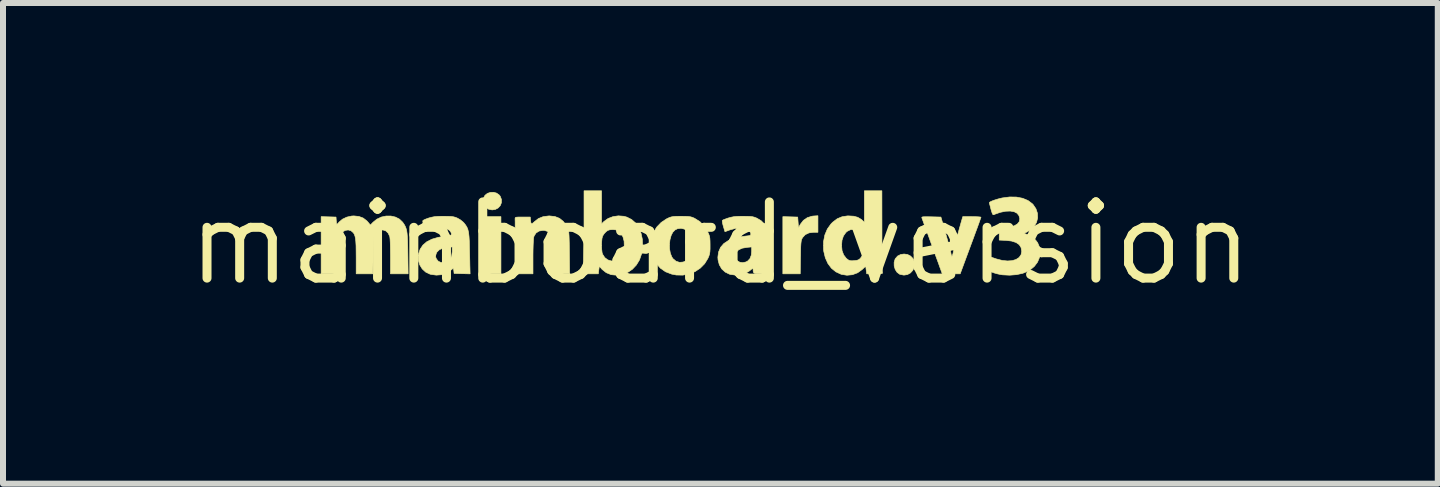
<source format=kicad_pcb>
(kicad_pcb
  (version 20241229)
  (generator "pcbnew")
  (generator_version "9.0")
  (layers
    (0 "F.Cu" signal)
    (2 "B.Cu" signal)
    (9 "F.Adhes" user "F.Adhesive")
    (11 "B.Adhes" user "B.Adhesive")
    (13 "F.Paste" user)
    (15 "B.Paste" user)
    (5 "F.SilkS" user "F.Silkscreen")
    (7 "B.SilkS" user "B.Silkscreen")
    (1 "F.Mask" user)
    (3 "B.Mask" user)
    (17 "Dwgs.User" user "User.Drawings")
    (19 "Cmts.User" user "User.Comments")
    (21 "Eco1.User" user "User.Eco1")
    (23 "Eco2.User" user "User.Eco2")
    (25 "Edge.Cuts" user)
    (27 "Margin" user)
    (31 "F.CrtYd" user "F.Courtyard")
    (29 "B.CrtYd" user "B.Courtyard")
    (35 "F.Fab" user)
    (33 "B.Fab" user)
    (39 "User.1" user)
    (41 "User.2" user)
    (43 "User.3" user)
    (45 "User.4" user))
  (footprint "mainboard_version"
    (layer "F.Cu")
    (at 8.958 1.006)
    (property "Reference" "mainboard_version" (at 0 0 0) (layer "F.SilkS") (effects (font (size 1.27 1.27) (thickness 0.15))))
    (attr through_hole)
    (fp_poly (pts (xy -3.658 0.508) (xy -3.95 0.508) (xy -3.95 -0.445) (xy -3.658 -0.445) (xy -3.658 0.508)) (stroke (width 0.01) (type solid)) (fill yes) (layer "F.SilkS"))
    (fp_poly (pts (xy -3.73 -0.837) (xy -3.687 -0.806) (xy -3.67 -0.785) (xy -3.649 -0.73) (xy -3.65 -0.677) (xy -3.669 -0.629) (xy -3.703 -0.591) (xy -3.749 -0.566) (xy -3.804 -0.557) (xy -3.863 -0.569) (xy -3.867 -0.571) (xy -3.905 -0.597) (xy -3.937 -0.636) (xy -3.954 -0.674) (xy -3.956 -0.708) (xy -3.95 -0.749) (xy -3.949 -0.754) (xy -3.924 -0.8) (xy -3.884 -0.832) (xy -3.834 -0.849) (xy -3.781 -0.851) (xy -3.73 -0.837)) (stroke (width 0.01) (type solid)) (fill yes) (layer "F.SilkS"))
    (fp_poly (pts (xy 3.119 0.186) (xy 3.17 0.212) (xy 3.21 0.253) (xy 3.222 0.276) (xy 3.237 0.34) (xy 3.23 0.4) (xy 3.206 0.452) (xy 3.167 0.494) (xy 3.117 0.521) (xy 3.059 0.53) (xy 2.997 0.518) (xy 2.988 0.515) (xy 2.945 0.483) (xy 2.914 0.435) (xy 2.897 0.378) (xy 2.896 0.318) (xy 2.912 0.263) (xy 2.916 0.255) (xy 2.955 0.211) (xy 3.006 0.186) (xy 3.062 0.178) (xy 3.119 0.186)) (stroke (width 0.01) (type solid)) (fill yes) (layer "F.SilkS"))
    (fp_poly (pts (xy 1.626 -0.322) (xy 1.626 -0.184) (xy 1.552 -0.184) (xy 1.476 -0.174) (xy 1.415 -0.145) (xy 1.37 -0.096) (xy 1.366 -0.088) (xy 1.357 -0.072) (xy 1.35 -0.053) (xy 1.346 -0.027) (xy 1.342 0.008) (xy 1.339 0.057) (xy 1.337 0.123) (xy 1.336 0.21) (xy 1.335 0.232) (xy 1.331 0.508) (xy 1.041 0.508) (xy 1.041 -0.445) (xy 1.289 -0.438) (xy 1.302 -0.26) (xy 1.333 -0.317) (xy 1.384 -0.383) (xy 1.449 -0.428) (xy 1.526 -0.452) (xy 1.549 -0.455) (xy 1.626 -0.46) (xy 1.626 -0.322)) (stroke (width 0.01) (type solid)) (fill yes) (layer "F.SilkS"))
    (fp_poly (pts (xy 4.251 -0.444) (xy 4.299 -0.442) (xy 4.331 -0.439) (xy 4.344 -0.435) (xy 4.344 -0.435) (xy 4.339 -0.421) (xy 4.327 -0.387) (xy 4.308 -0.333) (xy 4.283 -0.264) (xy 4.252 -0.181) (xy 4.218 -0.088) (xy 4.18 0.014) (xy 4.17 0.041) (xy 3.997 0.508) (xy 3.698 0.508) (xy 3.686 0.473) (xy 3.674 0.441) (xy 3.656 0.392) (xy 3.633 0.327) (xy 3.605 0.251) (xy 3.574 0.167) (xy 3.542 0.077) (xy 3.508 -0.014) (xy 3.476 -0.103) (xy 3.445 -0.188) (xy 3.417 -0.264) (xy 3.393 -0.329) (xy 3.375 -0.379) (xy 3.363 -0.412) (xy 3.359 -0.423) (xy 3.357 -0.432) (xy 3.362 -0.438) (xy 3.378 -0.442) (xy 3.409 -0.443) (xy 3.459 -0.443) (xy 3.513 -0.442) (xy 3.676 -0.438) (xy 3.755 -0.165) (xy 3.778 -0.082) (xy 3.8 -0.005) (xy 3.818 0.063) (xy 3.833 0.118) (xy 3.841 0.154) (xy 3.842 0.162) (xy 3.849 0.195) (xy 3.857 0.214) (xy 3.86 0.216) (xy 3.866 0.205) (xy 3.876 0.175) (xy 3.884 0.137) (xy 3.894 0.092) (xy 3.91 0.028) (xy 3.931 -0.053) (xy 3.956 -0.145) (xy 3.983 -0.244) (xy 4.012 -0.347) (xy 4.021 -0.378) (xy 4.04 -0.445) (xy 4.192 -0.445) (xy 4.251 -0.444)) (stroke (width 0.01) (type solid)) (fill yes) (layer "F.SilkS"))
    (fp_poly (pts (xy -2.759 -0.447) (xy -2.682 -0.417) (xy -2.618 -0.365) (xy -2.566 -0.292) (xy -2.55 -0.26) (xy -2.542 -0.24) (xy -2.535 -0.221) (xy -2.529 -0.197) (xy -2.526 -0.168) (xy -2.523 -0.128) (xy -2.521 -0.075) (xy -2.519 -0.005) (xy -2.518 0.084) (xy -2.517 0.156) (xy -2.513 0.508) (xy -2.807 0.508) (xy -2.807 0.225) (xy -2.807 0.134) (xy -2.809 0.051) (xy -2.812 -0.018) (xy -2.816 -0.071) (xy -2.82 -0.104) (xy -2.821 -0.106) (xy -2.845 -0.163) (xy -2.882 -0.199) (xy -2.933 -0.215) (xy -2.958 -0.216) (xy -3.021 -0.205) (xy -3.071 -0.174) (xy -3.104 -0.125) (xy -3.111 -0.104) (xy -3.115 -0.078) (xy -3.118 -0.03) (xy -3.121 0.033) (xy -3.123 0.109) (xy -3.124 0.193) (xy -3.124 0.225) (xy -3.124 0.508) (xy -3.416 0.508) (xy -3.419 0.064) (xy -3.419 -0.041) (xy -3.42 -0.139) (xy -3.42 -0.227) (xy -3.421 -0.3) (xy -3.421 -0.358) (xy -3.422 -0.396) (xy -3.422 -0.41) (xy -3.421 -0.423) (xy -3.415 -0.431) (xy -3.398 -0.436) (xy -3.367 -0.438) (xy -3.317 -0.438) (xy -3.296 -0.438) (xy -3.169 -0.438) (xy -3.165 -0.394) (xy -3.16 -0.349) (xy -3.152 -0.329) (xy -3.137 -0.329) (xy -3.111 -0.35) (xy -3.102 -0.359) (xy -3.033 -0.413) (xy -2.956 -0.444) (xy -2.867 -0.456) (xy -2.851 -0.457) (xy -2.759 -0.447)) (stroke (width 0.01) (type solid)) (fill yes) (layer "F.SilkS"))
    (fp_poly (pts (xy -1.981 -0.325) (xy -1.94 -0.365) (xy -1.872 -0.414) (xy -1.79 -0.445) (xy -1.701 -0.458) (xy -1.61 -0.451) (xy -1.559 -0.437) (xy -1.48 -0.397) (xy -1.413 -0.338) (xy -1.36 -0.261) (xy -1.323 -0.17) (xy -1.301 -0.068) (xy -1.297 0.042) (xy -1.311 0.159) (xy -1.315 0.179) (xy -1.349 0.277) (xy -1.401 0.362) (xy -1.467 0.432) (xy -1.545 0.485) (xy -1.632 0.52) (xy -1.725 0.532) (xy -1.82 0.522) (xy -1.822 0.522) (xy -1.903 0.489) (xy -1.971 0.435) (xy -1.979 0.426) (xy -2.018 0.381) (xy -2.027 0.445) (xy -2.035 0.508) (xy -2.29 0.508) (xy -2.281 0.43) (xy -2.28 0.402) (xy -2.278 0.351) (xy -2.277 0.28) (xy -2.276 0.193) (xy -2.275 0.092) (xy -2.274 0.04) (xy -1.981 0.04) (xy -1.978 0.102) (xy -1.972 0.154) (xy -1.964 0.181) (xy -1.927 0.238) (xy -1.877 0.276) (xy -1.818 0.294) (xy -1.754 0.291) (xy -1.691 0.264) (xy -1.686 0.261) (xy -1.646 0.22) (xy -1.619 0.157) (xy -1.604 0.074) (xy -1.602 0.053) (xy -1.605 -0.036) (xy -1.624 -0.108) (xy -1.661 -0.167) (xy -1.684 -0.19) (xy -1.716 -0.214) (xy -1.747 -0.225) (xy -1.789 -0.229) (xy -1.797 -0.229) (xy -1.843 -0.226) (xy -1.877 -0.215) (xy -1.906 -0.194) (xy -1.937 -0.161) (xy -1.961 -0.124) (xy -1.964 -0.118) (xy -1.974 -0.079) (xy -1.979 -0.023) (xy -1.981 0.04) (xy -2.274 0.04) (xy -2.274 -0.021) (xy -2.273 -0.141) (xy -2.273 -0.262) (xy -2.273 -0.876) (xy -1.981 -0.876) (xy -1.981 -0.325)) (stroke (width 0.01) (type solid)) (fill yes) (layer "F.SilkS"))
    (fp_poly (pts (xy 2.693 -0.213) (xy 2.693 -0.084) (xy 2.693 0.037) (xy 2.694 0.148) (xy 2.695 0.248) (xy 2.696 0.333) (xy 2.697 0.401) (xy 2.698 0.449) (xy 2.7 0.476) (xy 2.7 0.479) (xy 2.703 0.492) (xy 2.7 0.5) (xy 2.686 0.505) (xy 2.658 0.507) (xy 2.611 0.508) (xy 2.574 0.508) (xy 2.439 0.508) (xy 2.422 0.381) (xy 2.362 0.437) (xy 2.287 0.491) (xy 2.201 0.523) (xy 2.11 0.532) (xy 2.017 0.517) (xy 2.011 0.515) (xy 1.925 0.475) (xy 1.851 0.415) (xy 1.792 0.336) (xy 1.749 0.241) (xy 1.723 0.133) (xy 1.719 0.093) (xy 1.719 0.035) (xy 2.02 0.035) (xy 2.028 0.122) (xy 2.055 0.194) (xy 2.099 0.251) (xy 2.109 0.259) (xy 2.136 0.279) (xy 2.161 0.289) (xy 2.194 0.291) (xy 2.227 0.289) (xy 2.273 0.284) (xy 2.303 0.274) (xy 2.327 0.256) (xy 2.338 0.244) (xy 2.371 0.195) (xy 2.391 0.133) (xy 2.4 0.055) (xy 2.4 0.025) (xy 2.396 -0.053) (xy 2.383 -0.113) (xy 2.358 -0.16) (xy 2.341 -0.18) (xy 2.289 -0.217) (xy 2.23 -0.233) (xy 2.17 -0.228) (xy 2.115 -0.201) (xy 2.092 -0.181) (xy 2.051 -0.123) (xy 2.027 -0.052) (xy 2.02 0.035) (xy 1.719 0.035) (xy 1.719 -0.027) (xy 1.741 -0.139) (xy 1.783 -0.239) (xy 1.845 -0.325) (xy 1.873 -0.353) (xy 1.948 -0.41) (xy 2.028 -0.443) (xy 2.117 -0.457) (xy 2.139 -0.457) (xy 2.223 -0.452) (xy 2.289 -0.434) (xy 2.343 -0.402) (xy 2.356 -0.392) (xy 2.4 -0.353) (xy 2.4 -0.876) (xy 2.692 -0.876) (xy 2.693 -0.213)) (stroke (width 0.01) (type solid)) (fill yes) (layer "F.SilkS"))
    (fp_poly (pts (xy -0.587 -0.45) (xy -0.539 -0.448) (xy -0.502 -0.443) (xy -0.472 -0.435) (xy -0.44 -0.422) (xy -0.43 -0.417) (xy -0.342 -0.362) (xy -0.269 -0.287) (xy -0.212 -0.193) (xy -0.212 -0.192) (xy -0.194 -0.153) (xy -0.182 -0.12) (xy -0.176 -0.085) (xy -0.173 -0.042) (xy -0.172 0.017) (xy -0.172 0.032) (xy -0.172 0.096) (xy -0.175 0.142) (xy -0.181 0.178) (xy -0.191 0.211) (xy -0.207 0.248) (xy -0.207 0.249) (xy -0.262 0.339) (xy -0.335 0.413) (xy -0.422 0.471) (xy -0.52 0.51) (xy -0.626 0.53) (xy -0.735 0.528) (xy -0.812 0.513) (xy -0.914 0.474) (xy -1 0.414) (xy -1.071 0.334) (xy -1.116 0.256) (xy -1.131 0.221) (xy -1.14 0.19) (xy -1.146 0.155) (xy -1.149 0.109) (xy -1.149 0.044) (xy -1.149 0.038) (xy -1.149 0.017) (xy -0.849 0.017) (xy -0.847 0.094) (xy -0.834 0.166) (xy -0.809 0.228) (xy -0.79 0.256) (xy -0.74 0.298) (xy -0.682 0.317) (xy -0.621 0.312) (xy -0.574 0.292) (xy -0.529 0.252) (xy -0.499 0.194) (xy -0.481 0.118) (xy -0.476 0.031) (xy -0.477 -0.029) (xy -0.482 -0.072) (xy -0.491 -0.107) (xy -0.506 -0.141) (xy -0.508 -0.145) (xy -0.548 -0.201) (xy -0.599 -0.237) (xy -0.656 -0.251) (xy -0.716 -0.243) (xy -0.756 -0.223) (xy -0.794 -0.184) (xy -0.822 -0.128) (xy -0.841 -0.058) (xy -0.849 0.017) (xy -1.149 0.017) (xy -1.149 -0.027) (xy -1.146 -0.075) (xy -1.141 -0.111) (xy -1.132 -0.143) (xy -1.117 -0.178) (xy -1.113 -0.187) (xy -1.06 -0.272) (xy -0.988 -0.347) (xy -0.902 -0.405) (xy -0.879 -0.417) (xy -0.845 -0.432) (xy -0.815 -0.441) (xy -0.781 -0.447) (xy -0.737 -0.45) (xy -0.676 -0.451) (xy -0.654 -0.451) (xy -0.587 -0.45)) (stroke (width 0.01) (type solid)) (fill yes) (layer "F.SilkS"))
    (fp_poly (pts (xy -6.025 -0.448) (xy -5.955 -0.422) (xy -5.895 -0.376) (xy -5.878 -0.358) (xy -5.834 -0.305) (xy -5.79 -0.351) (xy -5.726 -0.403) (xy -5.652 -0.438) (xy -5.572 -0.455) (xy -5.492 -0.455) (xy -5.417 -0.438) (xy -5.35 -0.404) (xy -5.297 -0.353) (xy -5.292 -0.346) (xy -5.27 -0.314) (xy -5.253 -0.283) (xy -5.24 -0.251) (xy -5.23 -0.215) (xy -5.223 -0.169) (xy -5.218 -0.112) (xy -5.214 -0.04) (xy -5.212 0.051) (xy -5.21 0.162) (xy -5.205 0.508) (xy -5.499 0.508) (xy -5.499 0.219) (xy -5.5 0.133) (xy -5.501 0.054) (xy -5.503 -0.016) (xy -5.506 -0.07) (xy -5.51 -0.105) (xy -5.511 -0.113) (xy -5.538 -0.17) (xy -5.577 -0.207) (xy -5.625 -0.223) (xy -5.679 -0.216) (xy -5.696 -0.209) (xy -5.722 -0.195) (xy -5.742 -0.18) (xy -5.757 -0.16) (xy -5.769 -0.132) (xy -5.777 -0.093) (xy -5.782 -0.04) (xy -5.786 0.03) (xy -5.788 0.12) (xy -5.789 0.2) (xy -5.793 0.508) (xy -6.071 0.508) (xy -6.071 0.232) (xy -6.072 0.125) (xy -6.073 0.04) (xy -6.077 -0.027) (xy -6.082 -0.078) (xy -6.09 -0.116) (xy -6.1 -0.146) (xy -6.114 -0.17) (xy -6.119 -0.177) (xy -6.157 -0.21) (xy -6.204 -0.223) (xy -6.252 -0.216) (xy -6.296 -0.191) (xy -6.332 -0.148) (xy -6.339 -0.134) (xy -6.346 -0.115) (xy -6.352 -0.092) (xy -6.356 -0.063) (xy -6.359 -0.023) (xy -6.361 0.03) (xy -6.362 0.101) (xy -6.362 0.194) (xy -6.362 0.213) (xy -6.363 0.508) (xy -6.655 0.508) (xy -6.655 -0.445) (xy -6.407 -0.438) (xy -6.403 -0.378) (xy -6.4 -0.343) (xy -6.395 -0.321) (xy -6.393 -0.318) (xy -6.381 -0.326) (xy -6.361 -0.348) (xy -6.355 -0.355) (xy -6.299 -0.403) (xy -6.227 -0.437) (xy -6.146 -0.455) (xy -6.109 -0.457) (xy -6.025 -0.448)) (stroke (width 0.01) (type solid)) (fill yes) (layer "F.SilkS"))
    (fp_poly (pts (xy 0.451 -0.45) (xy 0.501 -0.448) (xy 0.539 -0.443) (xy 0.569 -0.435) (xy 0.599 -0.423) (xy 0.603 -0.422) (xy 0.678 -0.378) (xy 0.734 -0.322) (xy 0.773 -0.252) (xy 0.798 -0.163) (xy 0.799 -0.158) (xy 0.803 -0.124) (xy 0.807 -0.068) (xy 0.811 0.003) (xy 0.814 0.085) (xy 0.815 0.173) (xy 0.816 0.213) (xy 0.819 0.508) (xy 0.69 0.508) (xy 0.628 0.507) (xy 0.587 0.504) (xy 0.562 0.496) (xy 0.55 0.481) (xy 0.546 0.458) (xy 0.546 0.443) (xy 0.544 0.425) (xy 0.534 0.422) (xy 0.513 0.435) (xy 0.488 0.457) (xy 0.423 0.498) (xy 0.344 0.523) (xy 0.258 0.53) (xy 0.171 0.519) (xy 0.151 0.514) (xy 0.08 0.479) (xy 0.022 0.426) (xy -0.018 0.357) (xy -0.039 0.277) (xy -0.042 0.233) (xy -0.04 0.214) (xy 0.247 0.214) (xy 0.257 0.258) (xy 0.284 0.293) (xy 0.324 0.315) (xy 0.372 0.322) (xy 0.424 0.311) (xy 0.455 0.295) (xy 0.493 0.255) (xy 0.515 0.197) (xy 0.521 0.132) (xy 0.521 0.06) (xy 0.446 0.067) (xy 0.364 0.081) (xy 0.303 0.109) (xy 0.265 0.148) (xy 0.258 0.163) (xy 0.247 0.214) (xy -0.04 0.214) (xy -0.03 0.144) (xy 0.003 0.067) (xy 0.057 0.004) (xy 0.134 -0.047) (xy 0.232 -0.086) (xy 0.352 -0.112) (xy 0.422 -0.121) (xy 0.468 -0.126) (xy 0.494 -0.132) (xy 0.505 -0.141) (xy 0.508 -0.156) (xy 0.508 -0.159) (xy 0.498 -0.188) (xy 0.471 -0.219) (xy 0.469 -0.221) (xy 0.445 -0.239) (xy 0.42 -0.249) (xy 0.385 -0.253) (xy 0.336 -0.254) (xy 0.248 -0.248) (xy 0.166 -0.226) (xy 0.159 -0.224) (xy 0.076 -0.194) (xy 0.05 -0.281) (xy 0.038 -0.326) (xy 0.032 -0.361) (xy 0.031 -0.38) (xy 0.032 -0.381) (xy 0.047 -0.391) (xy 0.08 -0.404) (xy 0.124 -0.42) (xy 0.131 -0.422) (xy 0.178 -0.435) (xy 0.224 -0.444) (xy 0.277 -0.449) (xy 0.345 -0.451) (xy 0.381 -0.451) (xy 0.451 -0.45)) (stroke (width 0.01) (type solid)) (fill yes) (layer "F.SilkS"))
    (fp_poly (pts (xy 4.936 -0.771) (xy 5.038 -0.751) (xy 5.127 -0.714) (xy 5.198 -0.661) (xy 5.212 -0.647) (xy 5.26 -0.576) (xy 5.285 -0.501) (xy 5.288 -0.424) (xy 5.27 -0.35) (xy 5.231 -0.283) (xy 5.172 -0.226) (xy 5.112 -0.19) (xy 5.062 -0.167) (xy 5.097 -0.153) (xy 5.126 -0.143) (xy 5.142 -0.14) (xy 5.165 -0.131) (xy 5.198 -0.107) (xy 5.234 -0.075) (xy 5.266 -0.04) (xy 5.289 -0.008) (xy 5.322 0.071) (xy 5.331 0.153) (xy 5.319 0.235) (xy 5.286 0.314) (xy 5.233 0.384) (xy 5.163 0.443) (xy 5.133 0.461) (xy 5.042 0.499) (xy 4.936 0.522) (xy 4.821 0.531) (xy 4.703 0.525) (xy 4.665 0.519) (xy 4.619 0.509) (xy 4.568 0.495) (xy 4.519 0.478) (xy 4.479 0.462) (xy 4.455 0.448) (xy 4.451 0.444) (xy 4.451 0.428) (xy 4.457 0.396) (xy 4.466 0.355) (xy 4.476 0.31) (xy 4.487 0.269) (xy 4.497 0.24) (xy 4.503 0.229) (xy 4.503 0.229) (xy 4.517 0.232) (xy 4.548 0.242) (xy 4.591 0.257) (xy 4.604 0.261) (xy 4.698 0.285) (xy 4.785 0.294) (xy 4.863 0.289) (xy 4.928 0.269) (xy 4.978 0.237) (xy 5.011 0.192) (xy 5.023 0.136) (xy 5.023 0.133) (xy 5.012 0.071) (xy 4.981 0.022) (xy 4.928 -0.014) (xy 4.853 -0.038) (xy 4.759 -0.049) (xy 4.648 -0.054) (xy 4.648 -0.267) (xy 4.747 -0.267) (xy 4.832 -0.274) (xy 4.9 -0.293) (xy 4.951 -0.323) (xy 4.982 -0.362) (xy 4.991 -0.409) (xy 4.977 -0.461) (xy 4.946 -0.501) (xy 4.896 -0.527) (xy 4.831 -0.538) (xy 4.753 -0.535) (xy 4.666 -0.517) (xy 4.572 -0.484) (xy 4.558 -0.477) (xy 4.546 -0.477) (xy 4.536 -0.489) (xy 4.525 -0.518) (xy 4.51 -0.568) (xy 4.51 -0.568) (xy 4.498 -0.616) (xy 4.488 -0.654) (xy 4.483 -0.675) (xy 4.483 -0.678) (xy 4.495 -0.69) (xy 4.526 -0.705) (xy 4.572 -0.722) (xy 4.627 -0.739) (xy 4.687 -0.754) (xy 4.702 -0.757) (xy 4.823 -0.773) (xy 4.936 -0.771)) (stroke (width 0.01) (type solid)) (fill yes) (layer "F.SilkS"))
    (fp_poly (pts (xy -4.541 -0.45) (xy -4.49 -0.448) (xy -4.453 -0.443) (xy -4.421 -0.435) (xy -4.39 -0.423) (xy -4.384 -0.42) (xy -4.336 -0.393) (xy -4.291 -0.357) (xy -4.274 -0.34) (xy -4.246 -0.304) (xy -4.224 -0.268) (xy -4.208 -0.227) (xy -4.197 -0.177) (xy -4.19 -0.114) (xy -4.185 -0.034) (xy -4.183 0.057) (xy -4.181 0.141) (xy -4.179 0.225) (xy -4.177 0.302) (xy -4.176 0.366) (xy -4.175 0.397) (xy -4.172 0.509) (xy -4.439 0.502) (xy -4.443 0.46) (xy -4.447 0.432) (xy -4.453 0.419) (xy -4.454 0.419) (xy -4.467 0.427) (xy -4.491 0.446) (xy -4.503 0.457) (xy -4.569 0.498) (xy -4.648 0.523) (xy -4.735 0.53) (xy -4.823 0.518) (xy -4.842 0.513) (xy -4.913 0.479) (xy -4.97 0.426) (xy -5.011 0.36) (xy -5.034 0.284) (xy -5.036 0.204) (xy -5.035 0.204) (xy -4.746 0.204) (xy -4.745 0.231) (xy -4.733 0.261) (xy -4.702 0.299) (xy -4.658 0.319) (xy -4.603 0.318) (xy -4.542 0.296) (xy -4.536 0.293) (xy -4.501 0.261) (xy -4.479 0.209) (xy -4.47 0.14) (xy -4.47 0.132) (xy -4.47 0.06) (xy -4.546 0.067) (xy -4.627 0.081) (xy -4.685 0.107) (xy -4.724 0.145) (xy -4.736 0.169) (xy -4.746 0.204) (xy -5.035 0.204) (xy -5.032 0.18) (xy -5.004 0.097) (xy -4.958 0.029) (xy -4.894 -0.026) (xy -4.809 -0.069) (xy -4.703 -0.1) (xy -4.603 -0.116) (xy -4.547 -0.124) (xy -4.512 -0.13) (xy -4.493 -0.137) (xy -4.485 -0.147) (xy -4.483 -0.159) (xy -4.492 -0.186) (xy -4.514 -0.215) (xy -4.516 -0.217) (xy -4.555 -0.239) (xy -4.611 -0.251) (xy -4.677 -0.254) (xy -4.748 -0.248) (xy -4.816 -0.231) (xy -4.82 -0.229) (xy -4.861 -0.215) (xy -4.893 -0.204) (xy -4.907 -0.199) (xy -4.916 -0.209) (xy -4.927 -0.236) (xy -4.94 -0.274) (xy -4.951 -0.314) (xy -4.959 -0.35) (xy -4.961 -0.374) (xy -4.96 -0.377) (xy -4.946 -0.388) (xy -4.914 -0.403) (xy -4.87 -0.419) (xy -4.862 -0.422) (xy -4.814 -0.435) (xy -4.768 -0.444) (xy -4.715 -0.449) (xy -4.649 -0.451) (xy -4.61 -0.451) (xy -4.541 -0.45)) (stroke (width 0.01) (type solid)) (fill yes) (layer "F.SilkS")))
  (gr_rect
    (start -3 -3)
    (end 20.916 5.012)
    (stroke (width 0.1) (type default))
    (fill no)
    (layer "Edge.Cuts")))
</source>
